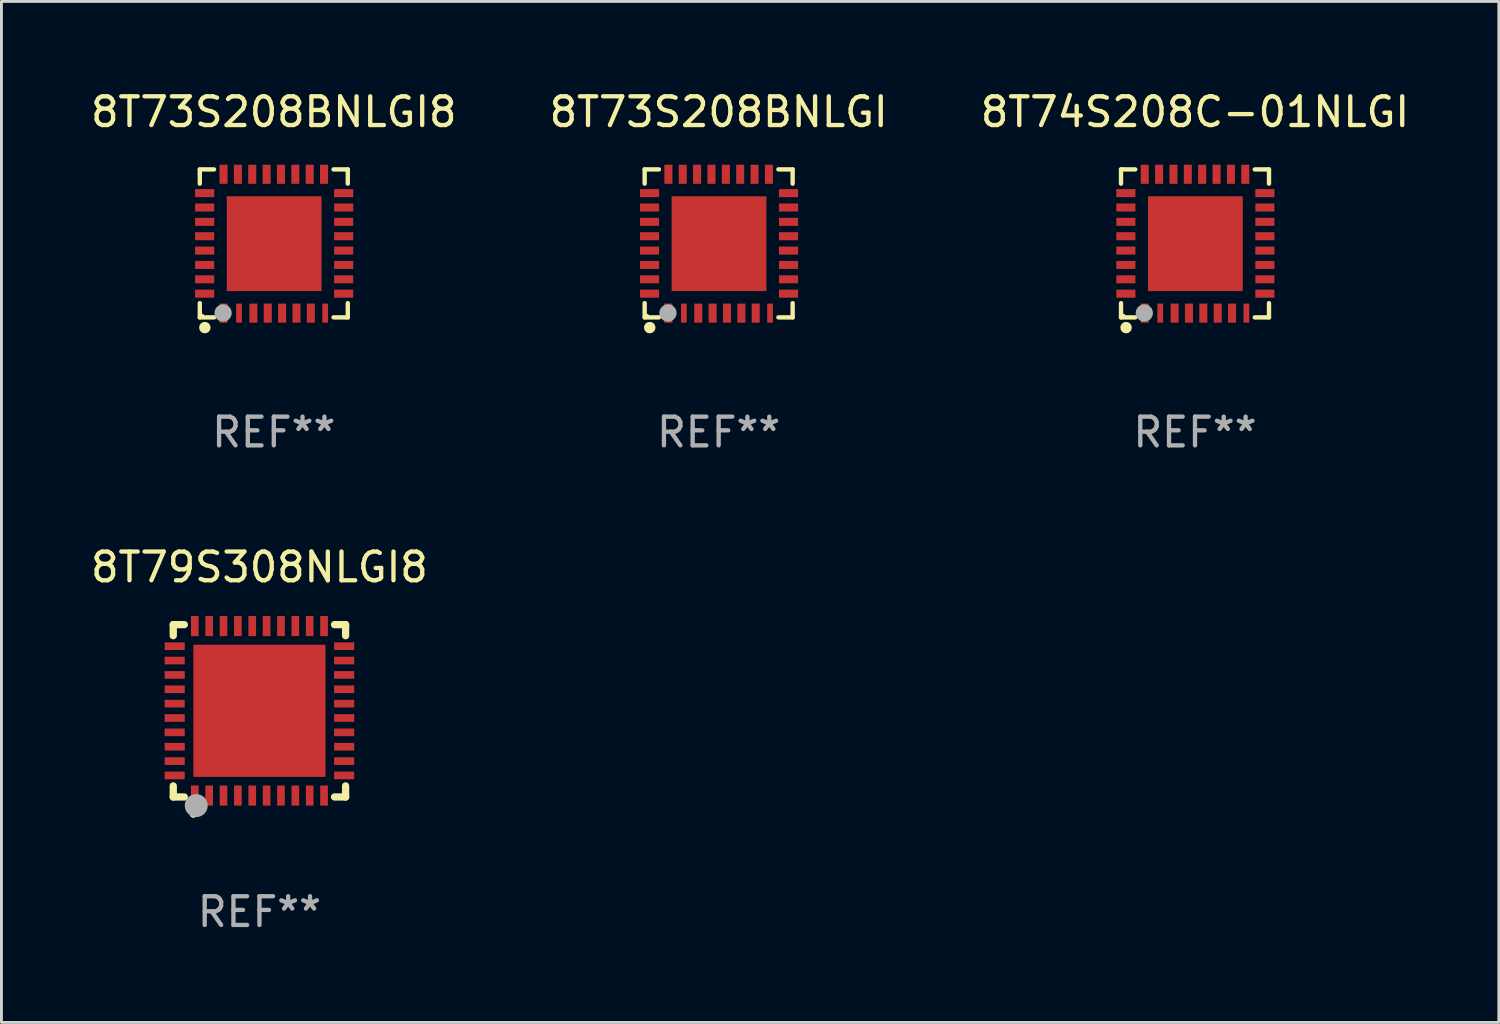
<source format=kicad_pcb>
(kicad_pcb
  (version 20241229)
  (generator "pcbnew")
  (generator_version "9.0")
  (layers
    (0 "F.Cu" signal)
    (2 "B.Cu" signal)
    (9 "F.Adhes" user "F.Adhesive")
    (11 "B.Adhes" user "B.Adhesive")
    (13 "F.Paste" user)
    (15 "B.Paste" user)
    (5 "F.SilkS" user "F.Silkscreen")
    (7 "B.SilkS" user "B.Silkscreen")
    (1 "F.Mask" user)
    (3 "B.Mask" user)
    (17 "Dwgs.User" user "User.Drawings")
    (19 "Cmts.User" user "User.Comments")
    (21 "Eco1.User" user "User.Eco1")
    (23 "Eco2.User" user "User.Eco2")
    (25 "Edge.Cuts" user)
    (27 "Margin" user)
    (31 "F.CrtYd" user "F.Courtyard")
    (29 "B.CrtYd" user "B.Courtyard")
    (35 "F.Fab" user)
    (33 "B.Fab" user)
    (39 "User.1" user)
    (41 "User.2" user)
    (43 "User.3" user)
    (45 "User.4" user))
  (footprint "8T74S208C-01NLGI"
    (layer "F.Cu")
    (at 38.554 5.424)
    (property "Reference" "8T74S208C-01NLGI" (at 0 -4.576 0) (layer "F.SilkS") (effects (font (size 1 1) (thickness 0.15))))
    (attr through_hole)
    (fp_line (start -2.576 -2.576) (end -2.576 -2.08) (stroke (width 0.152) (type solid)) (layer "F.SilkS"))
    (fp_line (start -2.576 2.576) (end -2.576 2.08) (stroke (width 0.152) (type solid)) (layer "F.SilkS"))
    (fp_line (start -2.08 -2.576) (end -2.576 -2.576) (stroke (width 0.152) (type solid)) (layer "F.SilkS"))
    (fp_line (start -2.08 2.576) (end -2.576 2.576) (stroke (width 0.152) (type solid)) (layer "F.SilkS"))
    (fp_line (start 2.08 -2.576) (end 2.576 -2.576) (stroke (width 0.152) (type solid)) (layer "F.SilkS"))
    (fp_line (start 2.08 2.576) (end 2.576 2.576) (stroke (width 0.152) (type solid)) (layer "F.SilkS"))
    (fp_line (start 2.576 -2.576) (end 2.576 -2.08) (stroke (width 0.152) (type solid)) (layer "F.SilkS"))
    (fp_line (start 2.576 2.576) (end 2.576 2.08) (stroke (width 0.152) (type solid)) (layer "F.SilkS"))
    (fp_circle (center -2.487 2.51) (end -2.457 2.51) (stroke (width 0.06) (type solid)) (fill no) (layer "F.SilkS"))
    (fp_circle (center -2.4 2.931) (end -2.3 2.931) (stroke (width 0.2) (type solid)) (fill no) (layer "F.SilkS"))
    (fp_circle (center -1.765 2.423) (end -1.615 2.423) (stroke (width 0.3) (type solid)) (fill no) (layer "F.Fab"))
    (fp_text user "REF**" (at 0 6.576 0) (layer "F.Fab") (effects (font (size 1 1) (thickness 0.15))))
    (pad "1" smd rect (at -1.75 2.428) (size 0.28 0.665) (layers "F.Cu" "F.Mask" "F.Paste"))
    (pad "2" smd rect (at -1.21 2.428) (size 0.2 0.665) (layers "F.Cu" "F.Mask" "F.Paste"))
    (pad "3" smd rect (at -0.71 2.428) (size 0.28 0.665) (layers "F.Cu" "F.Mask" "F.Paste"))
    (pad "4" smd rect (at -0.21 2.428) (size 0.28 0.665) (layers "F.Cu" "F.Mask" "F.Paste"))
    (pad "5" smd rect (at 0.29 2.428) (size 0.28 0.665) (layers "F.Cu" "F.Mask" "F.Paste"))
    (pad "6" smd rect (at 0.79 2.428) (size 0.28 0.665) (layers "F.Cu" "F.Mask" "F.Paste"))
    (pad "7" smd rect (at 1.29 2.428) (size 0.28 0.665) (layers "F.Cu" "F.Mask" "F.Paste"))
    (pad "8" smd rect (at 1.79 2.428) (size 0.2 0.665) (layers "F.Cu" "F.Mask" "F.Paste"))
    (pad "9" smd rect (at 2.433 1.75) (size 0.665 0.28) (layers "F.Cu" "F.Mask" "F.Paste"))
    (pad "10" smd rect (at 2.433 1.25) (size 0.665 0.28) (layers "F.Cu" "F.Mask" "F.Paste"))
    (pad "11" smd rect (at 2.433 0.75) (size 0.665 0.28) (layers "F.Cu" "F.Mask" "F.Paste"))
    (pad "12" smd rect (at 2.433 0.25) (size 0.665 0.28) (layers "F.Cu" "F.Mask" "F.Paste"))
    (pad "13" smd rect (at 2.433 -0.25) (size 0.665 0.28) (layers "F.Cu" "F.Mask" "F.Paste"))
    (pad "14" smd rect (at 2.433 -0.75) (size 0.665 0.28) (layers "F.Cu" "F.Mask" "F.Paste"))
    (pad "15" smd rect (at 2.433 -1.25) (size 0.665 0.28) (layers "F.Cu" "F.Mask" "F.Paste"))
    (pad "16" smd rect (at 2.433 -1.75) (size 0.665 0.28) (layers "F.Cu" "F.Mask" "F.Paste"))
    (pad "17" smd rect (at 1.75 -2.407) (size 0.28 0.665) (layers "F.Cu" "F.Mask" "F.Paste"))
    (pad "18" smd rect (at 1.25 -2.407) (size 0.28 0.665) (layers "F.Cu" "F.Mask" "F.Paste"))
    (pad "19" smd rect (at 0.75 -2.407) (size 0.28 0.665) (layers "F.Cu" "F.Mask" "F.Paste"))
    (pad "20" smd rect (at 0.25 -2.407) (size 0.28 0.665) (layers "F.Cu" "F.Mask" "F.Paste"))
    (pad "21" smd rect (at -0.25 -2.407) (size 0.28 0.665) (layers "F.Cu" "F.Mask" "F.Paste"))
    (pad "22" smd rect (at -0.75 -2.407) (size 0.28 0.665) (layers "F.Cu" "F.Mask" "F.Paste"))
    (pad "23" smd rect (at -1.25 -2.407) (size 0.28 0.665) (layers "F.Cu" "F.Mask" "F.Paste"))
    (pad "24" smd rect (at -1.75 -2.407) (size 0.28 0.665) (layers "F.Cu" "F.Mask" "F.Paste"))
    (pad "25" smd rect (at -2.407 -1.75) (size 0.665 0.28) (layers "F.Cu" "F.Mask" "F.Paste"))
    (pad "26" smd rect (at -2.407 -1.25) (size 0.665 0.28) (layers "F.Cu" "F.Mask" "F.Paste"))
    (pad "27" smd rect (at -2.407 -0.75) (size 0.665 0.28) (layers "F.Cu" "F.Mask" "F.Paste"))
    (pad "28" smd rect (at -2.407 -0.25) (size 0.665 0.28) (layers "F.Cu" "F.Mask" "F.Paste"))
    (pad "29" smd rect (at -2.407 0.25) (size 0.665 0.28) (layers "F.Cu" "F.Mask" "F.Paste"))
    (pad "30" smd rect (at -2.407 0.75) (size 0.665 0.28) (layers "F.Cu" "F.Mask" "F.Paste"))
    (pad "31" smd rect (at -2.407 1.25) (size 0.665 0.28) (layers "F.Cu" "F.Mask" "F.Paste"))
    (pad "32" smd rect (at -2.407 1.75) (size 0.665 0.28) (layers "F.Cu" "F.Mask" "F.Paste"))
    (pad "33" smd rect (at 0.013 0.01) (size 3.3 3.3) (layers "F.Cu" "F.Mask" "F.Paste")))
  (footprint "8T73S208BNLGI8"
    (layer "F.Cu")
    (at 6.482 5.424)
    (property "Reference" "8T73S208BNLGI8" (at 0 -4.576 0) (layer "F.SilkS") (effects (font (size 1 1) (thickness 0.15))))
    (attr through_hole)
    (fp_line (start -2.576 -2.576) (end -2.576 -2.08) (stroke (width 0.152) (type solid)) (layer "F.SilkS"))
    (fp_line (start -2.576 2.576) (end -2.576 2.08) (stroke (width 0.152) (type solid)) (layer "F.SilkS"))
    (fp_line (start -2.08 -2.576) (end -2.576 -2.576) (stroke (width 0.152) (type solid)) (layer "F.SilkS"))
    (fp_line (start -2.08 2.576) (end -2.576 2.576) (stroke (width 0.152) (type solid)) (layer "F.SilkS"))
    (fp_line (start 2.08 -2.576) (end 2.576 -2.576) (stroke (width 0.152) (type solid)) (layer "F.SilkS"))
    (fp_line (start 2.08 2.576) (end 2.576 2.576) (stroke (width 0.152) (type solid)) (layer "F.SilkS"))
    (fp_line (start 2.576 -2.576) (end 2.576 -2.08) (stroke (width 0.152) (type solid)) (layer "F.SilkS"))
    (fp_line (start 2.576 2.576) (end 2.576 2.08) (stroke (width 0.152) (type solid)) (layer "F.SilkS"))
    (fp_circle (center -2.487 2.51) (end -2.457 2.51) (stroke (width 0.06) (type solid)) (fill no) (layer "F.SilkS"))
    (fp_circle (center -2.4 2.931) (end -2.3 2.931) (stroke (width 0.2) (type solid)) (fill no) (layer "F.SilkS"))
    (fp_circle (center -1.765 2.423) (end -1.615 2.423) (stroke (width 0.3) (type solid)) (fill no) (layer "F.Fab"))
    (fp_text user "REF**" (at 0 6.576 0) (layer "F.Fab") (effects (font (size 1 1) (thickness 0.15))))
    (pad "1" smd rect (at -1.75 2.428) (size 0.28 0.665) (layers "F.Cu" "F.Mask" "F.Paste"))
    (pad "2" smd rect (at -1.21 2.428) (size 0.2 0.665) (layers "F.Cu" "F.Mask" "F.Paste"))
    (pad "3" smd rect (at -0.71 2.428) (size 0.28 0.665) (layers "F.Cu" "F.Mask" "F.Paste"))
    (pad "4" smd rect (at -0.21 2.428) (size 0.28 0.665) (layers "F.Cu" "F.Mask" "F.Paste"))
    (pad "5" smd rect (at 0.29 2.428) (size 0.28 0.665) (layers "F.Cu" "F.Mask" "F.Paste"))
    (pad "6" smd rect (at 0.79 2.428) (size 0.28 0.665) (layers "F.Cu" "F.Mask" "F.Paste"))
    (pad "7" smd rect (at 1.29 2.428) (size 0.28 0.665) (layers "F.Cu" "F.Mask" "F.Paste"))
    (pad "8" smd rect (at 1.79 2.428) (size 0.2 0.665) (layers "F.Cu" "F.Mask" "F.Paste"))
    (pad "9" smd rect (at 2.433 1.75) (size 0.665 0.28) (layers "F.Cu" "F.Mask" "F.Paste"))
    (pad "10" smd rect (at 2.433 1.25) (size 0.665 0.28) (layers "F.Cu" "F.Mask" "F.Paste"))
    (pad "11" smd rect (at 2.433 0.75) (size 0.665 0.28) (layers "F.Cu" "F.Mask" "F.Paste"))
    (pad "12" smd rect (at 2.433 0.25) (size 0.665 0.28) (layers "F.Cu" "F.Mask" "F.Paste"))
    (pad "13" smd rect (at 2.433 -0.25) (size 0.665 0.28) (layers "F.Cu" "F.Mask" "F.Paste"))
    (pad "14" smd rect (at 2.433 -0.75) (size 0.665 0.28) (layers "F.Cu" "F.Mask" "F.Paste"))
    (pad "15" smd rect (at 2.433 -1.25) (size 0.665 0.28) (layers "F.Cu" "F.Mask" "F.Paste"))
    (pad "16" smd rect (at 2.433 -1.75) (size 0.665 0.28) (layers "F.Cu" "F.Mask" "F.Paste"))
    (pad "17" smd rect (at 1.75 -2.407) (size 0.28 0.665) (layers "F.Cu" "F.Mask" "F.Paste"))
    (pad "18" smd rect (at 1.25 -2.407) (size 0.28 0.665) (layers "F.Cu" "F.Mask" "F.Paste"))
    (pad "19" smd rect (at 0.75 -2.407) (size 0.28 0.665) (layers "F.Cu" "F.Mask" "F.Paste"))
    (pad "20" smd rect (at 0.25 -2.407) (size 0.28 0.665) (layers "F.Cu" "F.Mask" "F.Paste"))
    (pad "21" smd rect (at -0.25 -2.407) (size 0.28 0.665) (layers "F.Cu" "F.Mask" "F.Paste"))
    (pad "22" smd rect (at -0.75 -2.407) (size 0.28 0.665) (layers "F.Cu" "F.Mask" "F.Paste"))
    (pad "23" smd rect (at -1.25 -2.407) (size 0.28 0.665) (layers "F.Cu" "F.Mask" "F.Paste"))
    (pad "24" smd rect (at -1.75 -2.407) (size 0.28 0.665) (layers "F.Cu" "F.Mask" "F.Paste"))
    (pad "25" smd rect (at -2.407 -1.75) (size 0.665 0.28) (layers "F.Cu" "F.Mask" "F.Paste"))
    (pad "26" smd rect (at -2.407 -1.25) (size 0.665 0.28) (layers "F.Cu" "F.Mask" "F.Paste"))
    (pad "27" smd rect (at -2.407 -0.75) (size 0.665 0.28) (layers "F.Cu" "F.Mask" "F.Paste"))
    (pad "28" smd rect (at -2.407 -0.25) (size 0.665 0.28) (layers "F.Cu" "F.Mask" "F.Paste"))
    (pad "29" smd rect (at -2.407 0.25) (size 0.665 0.28) (layers "F.Cu" "F.Mask" "F.Paste"))
    (pad "30" smd rect (at -2.407 0.75) (size 0.665 0.28) (layers "F.Cu" "F.Mask" "F.Paste"))
    (pad "31" smd rect (at -2.407 1.25) (size 0.665 0.28) (layers "F.Cu" "F.Mask" "F.Paste"))
    (pad "32" smd rect (at -2.407 1.75) (size 0.665 0.28) (layers "F.Cu" "F.Mask" "F.Paste"))
    (pad "33" smd rect (at 0.013 0.01) (size 3.3 3.3) (layers "F.Cu" "F.Mask" "F.Paste")))
  (footprint "8T73S208BNLGI"
    (layer "F.Cu")
    (at 21.97 5.424)
    (property "Reference" "8T73S208BNLGI" (at 0 -4.576 0) (layer "F.SilkS") (effects (font (size 1 1) (thickness 0.15))))
    (attr through_hole)
    (fp_line (start -2.576 -2.576) (end -2.576 -2.08) (stroke (width 0.152) (type solid)) (layer "F.SilkS"))
    (fp_line (start -2.576 2.576) (end -2.576 2.08) (stroke (width 0.152) (type solid)) (layer "F.SilkS"))
    (fp_line (start -2.08 -2.576) (end -2.576 -2.576) (stroke (width 0.152) (type solid)) (layer "F.SilkS"))
    (fp_line (start -2.08 2.576) (end -2.576 2.576) (stroke (width 0.152) (type solid)) (layer "F.SilkS"))
    (fp_line (start 2.08 -2.576) (end 2.576 -2.576) (stroke (width 0.152) (type solid)) (layer "F.SilkS"))
    (fp_line (start 2.08 2.576) (end 2.576 2.576) (stroke (width 0.152) (type solid)) (layer "F.SilkS"))
    (fp_line (start 2.576 -2.576) (end 2.576 -2.08) (stroke (width 0.152) (type solid)) (layer "F.SilkS"))
    (fp_line (start 2.576 2.576) (end 2.576 2.08) (stroke (width 0.152) (type solid)) (layer "F.SilkS"))
    (fp_circle (center -2.487 2.51) (end -2.457 2.51) (stroke (width 0.06) (type solid)) (fill no) (layer "F.SilkS"))
    (fp_circle (center -2.4 2.931) (end -2.3 2.931) (stroke (width 0.2) (type solid)) (fill no) (layer "F.SilkS"))
    (fp_circle (center -1.765 2.423) (end -1.615 2.423) (stroke (width 0.3) (type solid)) (fill no) (layer "F.Fab"))
    (fp_text user "REF**" (at 0 6.576 0) (layer "F.Fab") (effects (font (size 1 1) (thickness 0.15))))
    (pad "1" smd rect (at -1.75 2.428) (size 0.28 0.665) (layers "F.Cu" "F.Mask" "F.Paste"))
    (pad "2" smd rect (at -1.21 2.428) (size 0.2 0.665) (layers "F.Cu" "F.Mask" "F.Paste"))
    (pad "3" smd rect (at -0.71 2.428) (size 0.28 0.665) (layers "F.Cu" "F.Mask" "F.Paste"))
    (pad "4" smd rect (at -0.21 2.428) (size 0.28 0.665) (layers "F.Cu" "F.Mask" "F.Paste"))
    (pad "5" smd rect (at 0.29 2.428) (size 0.28 0.665) (layers "F.Cu" "F.Mask" "F.Paste"))
    (pad "6" smd rect (at 0.79 2.428) (size 0.28 0.665) (layers "F.Cu" "F.Mask" "F.Paste"))
    (pad "7" smd rect (at 1.29 2.428) (size 0.28 0.665) (layers "F.Cu" "F.Mask" "F.Paste"))
    (pad "8" smd rect (at 1.79 2.428) (size 0.2 0.665) (layers "F.Cu" "F.Mask" "F.Paste"))
    (pad "9" smd rect (at 2.433 1.75) (size 0.665 0.28) (layers "F.Cu" "F.Mask" "F.Paste"))
    (pad "10" smd rect (at 2.433 1.25) (size 0.665 0.28) (layers "F.Cu" "F.Mask" "F.Paste"))
    (pad "11" smd rect (at 2.433 0.75) (size 0.665 0.28) (layers "F.Cu" "F.Mask" "F.Paste"))
    (pad "12" smd rect (at 2.433 0.25) (size 0.665 0.28) (layers "F.Cu" "F.Mask" "F.Paste"))
    (pad "13" smd rect (at 2.433 -0.25) (size 0.665 0.28) (layers "F.Cu" "F.Mask" "F.Paste"))
    (pad "14" smd rect (at 2.433 -0.75) (size 0.665 0.28) (layers "F.Cu" "F.Mask" "F.Paste"))
    (pad "15" smd rect (at 2.433 -1.25) (size 0.665 0.28) (layers "F.Cu" "F.Mask" "F.Paste"))
    (pad "16" smd rect (at 2.433 -1.75) (size 0.665 0.28) (layers "F.Cu" "F.Mask" "F.Paste"))
    (pad "17" smd rect (at 1.75 -2.407) (size 0.28 0.665) (layers "F.Cu" "F.Mask" "F.Paste"))
    (pad "18" smd rect (at 1.25 -2.407) (size 0.28 0.665) (layers "F.Cu" "F.Mask" "F.Paste"))
    (pad "19" smd rect (at 0.75 -2.407) (size 0.28 0.665) (layers "F.Cu" "F.Mask" "F.Paste"))
    (pad "20" smd rect (at 0.25 -2.407) (size 0.28 0.665) (layers "F.Cu" "F.Mask" "F.Paste"))
    (pad "21" smd rect (at -0.25 -2.407) (size 0.28 0.665) (layers "F.Cu" "F.Mask" "F.Paste"))
    (pad "22" smd rect (at -0.75 -2.407) (size 0.28 0.665) (layers "F.Cu" "F.Mask" "F.Paste"))
    (pad "23" smd rect (at -1.25 -2.407) (size 0.28 0.665) (layers "F.Cu" "F.Mask" "F.Paste"))
    (pad "24" smd rect (at -1.75 -2.407) (size 0.28 0.665) (layers "F.Cu" "F.Mask" "F.Paste"))
    (pad "25" smd rect (at -2.407 -1.75) (size 0.665 0.28) (layers "F.Cu" "F.Mask" "F.Paste"))
    (pad "26" smd rect (at -2.407 -1.25) (size 0.665 0.28) (layers "F.Cu" "F.Mask" "F.Paste"))
    (pad "27" smd rect (at -2.407 -0.75) (size 0.665 0.28) (layers "F.Cu" "F.Mask" "F.Paste"))
    (pad "28" smd rect (at -2.407 -0.25) (size 0.665 0.28) (layers "F.Cu" "F.Mask" "F.Paste"))
    (pad "29" smd rect (at -2.407 0.25) (size 0.665 0.28) (layers "F.Cu" "F.Mask" "F.Paste"))
    (pad "30" smd rect (at -2.407 0.75) (size 0.665 0.28) (layers "F.Cu" "F.Mask" "F.Paste"))
    (pad "31" smd rect (at -2.407 1.25) (size 0.665 0.28) (layers "F.Cu" "F.Mask" "F.Paste"))
    (pad "32" smd rect (at -2.407 1.75) (size 0.665 0.28) (layers "F.Cu" "F.Mask" "F.Paste"))
    (pad "33" smd rect (at 0.013 0.01) (size 3.3 3.3) (layers "F.Cu" "F.Mask" "F.Paste")))
  (footprint "8T79S308NLGI8"
    (layer "F.Cu")
    (at 5.982 21.697)
    (property "Reference" "8T79S308NLGI8" (at 0 -5 0) (layer "F.SilkS") (effects (font (size 1 1) (thickness 0.15))))
    (attr through_hole)
    (fp_line (start -3 -3) (end -2.615 -3) (stroke (width 0.254) (type solid)) (layer "F.SilkS"))
    (fp_line (start -3 -2.615) (end -3 -3) (stroke (width 0.254) (type solid)) (layer "F.SilkS"))
    (fp_line (start -3 3) (end -3 2.615) (stroke (width 0.254) (type solid)) (layer "F.SilkS"))
    (fp_line (start -2.615 3) (end -3 3) (stroke (width 0.254) (type solid)) (layer "F.SilkS"))
    (fp_line (start 2.615 -3) (end 3 -3) (stroke (width 0.254) (type solid)) (layer "F.SilkS"))
    (fp_line (start 3 -3) (end 3 -2.615) (stroke (width 0.254) (type solid)) (layer "F.SilkS"))
    (fp_line (start 3 2.615) (end 3 3) (stroke (width 0.254) (type solid)) (layer "F.SilkS"))
    (fp_line (start 3 3) (end 2.615 3) (stroke (width 0.254) (type solid)) (layer "F.SilkS"))
    (fp_arc (start -2.3 3.6) (mid -2.29873 3.599994) (end -2.29746 3.6) (stroke (width 0.24892) (type solid)) (layer "F.SilkS"))
    (fp_circle (center -3 3) (end -2.97 3) (stroke (width 0.06) (type solid)) (fill no) (layer "F.SilkS"))
    (fp_circle (center -2.2 3.3) (end -2 3.3) (stroke (width 0.4) (type solid)) (fill no) (layer "F.Fab"))
    (fp_text user "REF**" (at 0 7 0) (layer "F.Fab") (effects (font (size 1 1) (thickness 0.15))))
    (pad "1" smd rect (at -2.25 2.95) (size 0.267 0.7) (layers "F.Cu" "F.Mask" "F.Paste"))
    (pad "2" smd rect (at -1.75 2.95) (size 0.267 0.7) (layers "F.Cu" "F.Mask" "F.Paste"))
    (pad "3" smd rect (at -1.25 2.95) (size 0.267 0.7) (layers "F.Cu" "F.Mask" "F.Paste"))
    (pad "4" smd rect (at -0.75 2.95) (size 0.267 0.7) (layers "F.Cu" "F.Mask" "F.Paste"))
    (pad "5" smd rect (at -0.25 2.95) (size 0.267 0.7) (layers "F.Cu" "F.Mask" "F.Paste"))
    (pad "6" smd rect (at 0.25 2.95) (size 0.267 0.7) (layers "F.Cu" "F.Mask" "F.Paste"))
    (pad "7" smd rect (at 0.75 2.95) (size 0.267 0.7) (layers "F.Cu" "F.Mask" "F.Paste"))
    (pad "8" smd rect (at 1.25 2.95) (size 0.267 0.7) (layers "F.Cu" "F.Mask" "F.Paste"))
    (pad "9" smd rect (at 1.75 2.95) (size 0.267 0.7) (layers "F.Cu" "F.Mask" "F.Paste"))
    (pad "10" smd rect (at 2.25 2.95) (size 0.267 0.7) (layers "F.Cu" "F.Mask" "F.Paste"))
    (pad "11" smd rect (at 2.95 2.25) (size 0.7 0.267) (layers "F.Cu" "F.Mask" "F.Paste"))
    (pad "12" smd rect (at 2.95 1.75) (size 0.7 0.267) (layers "F.Cu" "F.Mask" "F.Paste"))
    (pad "13" smd rect (at 2.95 1.25) (size 0.7 0.267) (layers "F.Cu" "F.Mask" "F.Paste"))
    (pad "14" smd rect (at 2.95 0.75) (size 0.7 0.267) (layers "F.Cu" "F.Mask" "F.Paste"))
    (pad "15" smd rect (at 2.95 0.25) (size 0.7 0.267) (layers "F.Cu" "F.Mask" "F.Paste"))
    (pad "16" smd rect (at 2.95 -0.25) (size 0.7 0.267) (layers "F.Cu" "F.Mask" "F.Paste"))
    (pad "17" smd rect (at 2.95 -0.75) (size 0.7 0.267) (layers "F.Cu" "F.Mask" "F.Paste"))
    (pad "18" smd rect (at 2.95 -1.25) (size 0.7 0.267) (layers "F.Cu" "F.Mask" "F.Paste"))
    (pad "19" smd rect (at 2.95 -1.75) (size 0.7 0.267) (layers "F.Cu" "F.Mask" "F.Paste"))
    (pad "20" smd rect (at 2.95 -2.25) (size 0.7 0.267) (layers "F.Cu" "F.Mask" "F.Paste"))
    (pad "21" smd rect (at 2.25 -2.95) (size 0.267 0.7) (layers "F.Cu" "F.Mask" "F.Paste"))
    (pad "22" smd rect (at 1.75 -2.95) (size 0.267 0.7) (layers "F.Cu" "F.Mask" "F.Paste"))
    (pad "23" smd rect (at 1.25 -2.95) (size 0.267 0.7) (layers "F.Cu" "F.Mask" "F.Paste"))
    (pad "24" smd rect (at 0.75 -2.95) (size 0.267 0.7) (layers "F.Cu" "F.Mask" "F.Paste"))
    (pad "25" smd rect (at 0.25 -2.95) (size 0.267 0.7) (layers "F.Cu" "F.Mask" "F.Paste"))
    (pad "26" smd rect (at -0.25 -2.95) (size 0.267 0.7) (layers "F.Cu" "F.Mask" "F.Paste"))
    (pad "27" smd rect (at -0.75 -2.95) (size 0.267 0.7) (layers "F.Cu" "F.Mask" "F.Paste"))
    (pad "28" smd rect (at -1.25 -2.95) (size 0.267 0.7) (layers "F.Cu" "F.Mask" "F.Paste"))
    (pad "29" smd rect (at -1.75 -2.95) (size 0.267 0.7) (layers "F.Cu" "F.Mask" "F.Paste"))
    (pad "30" smd rect (at -2.25 -2.95) (size 0.267 0.7) (layers "F.Cu" "F.Mask" "F.Paste"))
    (pad "31" smd rect (at -2.95 -2.25) (size 0.7 0.267) (layers "F.Cu" "F.Mask" "F.Paste"))
    (pad "32" smd rect (at -2.95 -1.75) (size 0.7 0.267) (layers "F.Cu" "F.Mask" "F.Paste"))
    (pad "33" smd rect (at -2.95 -1.25) (size 0.7 0.267) (layers "F.Cu" "F.Mask" "F.Paste"))
    (pad "34" smd rect (at -2.95 -0.75) (size 0.7 0.267) (layers "F.Cu" "F.Mask" "F.Paste"))
    (pad "35" smd rect (at -2.95 -0.25) (size 0.7 0.267) (layers "F.Cu" "F.Mask" "F.Paste"))
    (pad "36" smd rect (at -2.95 0.25) (size 0.7 0.267) (layers "F.Cu" "F.Mask" "F.Paste"))
    (pad "37" smd rect (at -2.95 0.75) (size 0.7 0.267) (layers "F.Cu" "F.Mask" "F.Paste"))
    (pad "38" smd rect (at -2.95 1.25) (size 0.7 0.267) (layers "F.Cu" "F.Mask" "F.Paste"))
    (pad "39" smd rect (at -2.95 1.75) (size 0.7 0.267) (layers "F.Cu" "F.Mask" "F.Paste"))
    (pad "40" smd rect (at -2.95 2.25) (size 0.7 0.267) (layers "F.Cu" "F.Mask" "F.Paste"))
    (pad "41" smd rect (at 0.000102 0.000102) (size 4.6 4.6) (layers "F.Cu" "F.Mask" "F.Paste")))
  (gr_rect
    (start -3 -3)
    (end 49.131 32.545)
    (stroke (width 0.1) (type default))
    (fill no)
    (layer "Edge.Cuts")))
</source>
